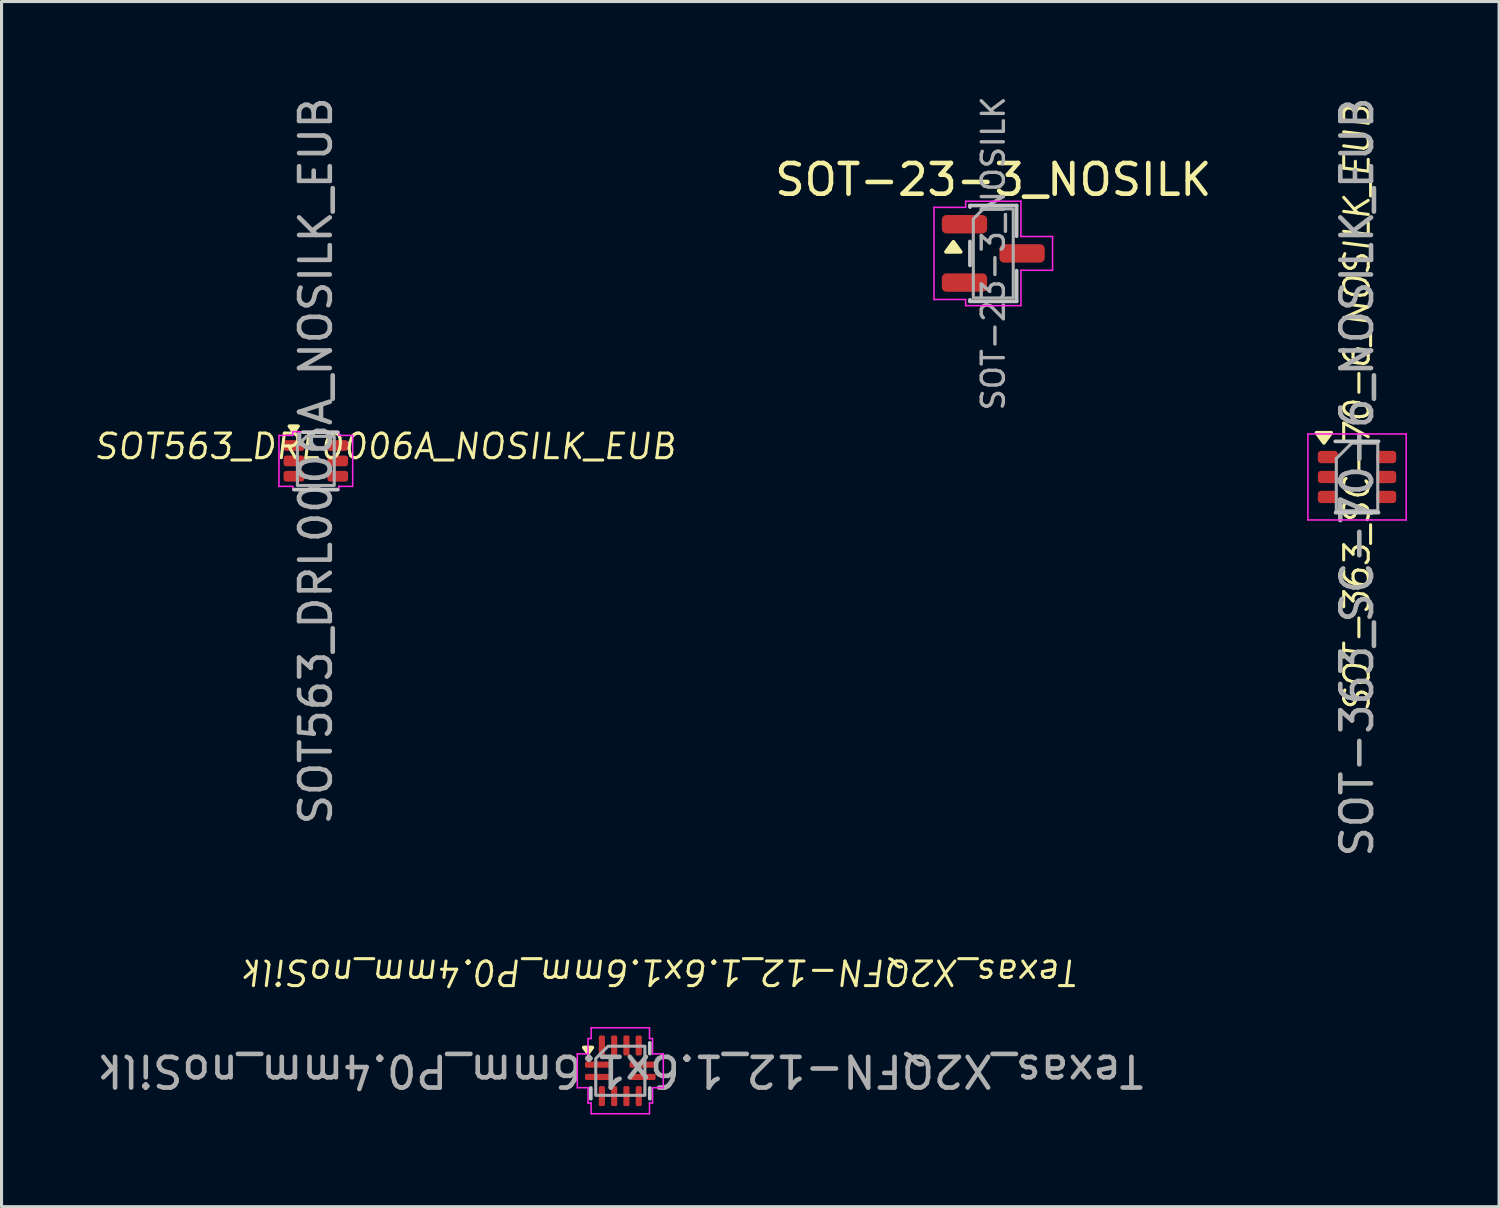
<source format=kicad_pcb>
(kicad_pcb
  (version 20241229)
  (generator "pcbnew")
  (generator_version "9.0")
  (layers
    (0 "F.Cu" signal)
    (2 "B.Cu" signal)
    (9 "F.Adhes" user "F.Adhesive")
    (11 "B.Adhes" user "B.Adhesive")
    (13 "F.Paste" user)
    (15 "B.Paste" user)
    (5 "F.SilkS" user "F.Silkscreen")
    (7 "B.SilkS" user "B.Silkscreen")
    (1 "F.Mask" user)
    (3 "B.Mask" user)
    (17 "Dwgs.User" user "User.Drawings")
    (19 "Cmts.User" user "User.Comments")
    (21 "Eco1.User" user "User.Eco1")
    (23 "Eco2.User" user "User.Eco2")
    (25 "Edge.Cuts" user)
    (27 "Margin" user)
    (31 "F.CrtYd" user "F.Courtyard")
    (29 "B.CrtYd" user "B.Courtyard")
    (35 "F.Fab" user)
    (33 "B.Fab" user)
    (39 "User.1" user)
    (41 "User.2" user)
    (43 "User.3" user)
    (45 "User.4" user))
  (footprint "SOT-363_SC-70-6_NOSILK_EUB"
    (layer "F.Cu")
    (at 41.139 12.482)
    (property "Reference" "SOT-363_SC-70-6_NOSILK_EUB" (at 0 -2.25 90) (unlocked yes) (layer "F.SilkS") (effects (font (size 0.8 0.8) (thickness 0.1) (italic yes))))
    (attr smd)
    (fp_poly (pts (xy -1.08 -1.11) (xy -1.32 -1.44) (xy -0.84 -1.44) (xy -1.08 -1.11)) (stroke (width 0.12) (type solid)) (fill yes) (layer "F.SilkS"))
    (fp_line (start -0.71 -1.16) (end 0.7 -1.16) (stroke (width 0.12) (type solid)) (layer "Dwgs.User"))
    (fp_line (start -0.7 1.16) (end 0.7 1.16) (stroke (width 0.12) (type solid)) (layer "Dwgs.User"))
    (fp_line (start -1.6 -1.4) (end -1.6 1.4) (stroke (width 0.05) (type solid)) (layer "F.CrtYd"))
    (fp_line (start -1.6 -1.4) (end 1.6 -1.4) (stroke (width 0.05) (type solid)) (layer "F.CrtYd"))
    (fp_line (start -1.6 1.4) (end 1.6 1.4) (stroke (width 0.05) (type solid)) (layer "F.CrtYd"))
    (fp_line (start 1.6 1.4) (end 1.6 -1.4) (stroke (width 0.05) (type solid)) (layer "F.CrtYd"))
    (fp_line (start -0.675 -0.6) (end -0.675 1.1) (stroke (width 0.1) (type solid)) (layer "F.Fab"))
    (fp_line (start -0.175 -1.1) (end -0.675 -0.6) (stroke (width 0.1) (type solid)) (layer "F.Fab"))
    (fp_line (start 0.675 -1.1) (end -0.175 -1.1) (stroke (width 0.1) (type solid)) (layer "F.Fab"))
    (fp_line (start 0.675 -1.1) (end 0.675 1.1) (stroke (width 0.1) (type solid)) (layer "F.Fab"))
    (fp_line (start 0.675 1.1) (end -0.675 1.1) (stroke (width 0.1) (type solid)) (layer "F.Fab"))
    (fp_text user "${REFERENCE}" (at 0 0 90) (unlocked yes) (layer "F.Fab") (effects (font (size 1 1) (thickness 0.15))))
    (pad "1" smd roundrect (at -0.95 -0.65) (size 0.65 0.4) (layers "F.Cu" "F.Mask" "F.Paste") (roundrect_rratio 0.25))
    (pad "2" smd roundrect (at -0.95 0) (size 0.65 0.4) (layers "F.Cu" "F.Mask" "F.Paste") (roundrect_rratio 0.25))
    (pad "3" smd roundrect (at -0.95 0.65) (size 0.65 0.4) (layers "F.Cu" "F.Mask" "F.Paste") (roundrect_rratio 0.25))
    (pad "4" smd roundrect (at 0.95 0.65) (size 0.65 0.4) (layers "F.Cu" "F.Mask" "F.Paste") (roundrect_rratio 0.25))
    (pad "5" smd roundrect (at 0.95 0) (size 0.65 0.4) (layers "F.Cu" "F.Mask" "F.Paste") (roundrect_rratio 0.25))
    (pad "6" smd roundrect (at 0.95 -0.65) (size 0.65 0.4) (layers "F.Cu" "F.Mask" "F.Paste") (roundrect_rratio 0.25)))
  (footprint "SOT563_DRL0006A_NOSILK_EUB"
    (layer "F.Cu")
    (at 7.234 11.958)
    (property "Reference" "SOT563_DRL0006A_NOSILK_EUB" (at 2.252 -0.47 0) (unlocked yes) (layer "F.SilkS") (effects (font (size 0.8 0.8) (thickness 0.1) (italic yes))))
    (attr smd)
    (fp_poly (pts (xy -0.72 -0.94) (xy -0.86 -1.13) (xy -0.58 -1.13)) (stroke (width 0.12) (type solid)) (fill yes) (layer "F.SilkS"))
    (fp_line (start -0.426 -0.935) (end 0.71 -0.935) (stroke (width 0.12) (type solid)) (layer "Dwgs.User"))
    (fp_line (start 0.71 0.935) (end -0.71 0.935) (stroke (width 0.12) (type solid)) (layer "Dwgs.User"))
    (fp_line (start -1.2 -0.83) (end -0.75 -0.83) (stroke (width 0.05) (type solid)) (layer "F.CrtYd"))
    (fp_line (start -1.2 0.83) (end -1.2 -0.83) (stroke (width 0.05) (type solid)) (layer "F.CrtYd"))
    (fp_line (start -0.75 -0.95) (end 0.75 -0.95) (stroke (width 0.05) (type solid)) (layer "F.CrtYd"))
    (fp_line (start -0.75 -0.83) (end -0.75 -0.95) (stroke (width 0.05) (type solid)) (layer "F.CrtYd"))
    (fp_line (start -0.75 0.83) (end -1.2 0.83) (stroke (width 0.05) (type solid)) (layer "F.CrtYd"))
    (fp_line (start -0.75 0.95) (end -0.75 0.83) (stroke (width 0.05) (type solid)) (layer "F.CrtYd"))
    (fp_line (start 0.75 -0.95) (end 0.75 -0.83) (stroke (width 0.05) (type solid)) (layer "F.CrtYd"))
    (fp_line (start 0.75 -0.83) (end 1.2 -0.83) (stroke (width 0.05) (type solid)) (layer "F.CrtYd"))
    (fp_line (start 0.75 0.83) (end 0.75 0.95) (stroke (width 0.05) (type solid)) (layer "F.CrtYd"))
    (fp_line (start 0.75 0.95) (end -0.75 0.95) (stroke (width 0.05) (type solid)) (layer "F.CrtYd"))
    (fp_line (start 1.2 -0.83) (end 1.2 0.83) (stroke (width 0.05) (type solid)) (layer "F.CrtYd"))
    (fp_line (start 1.2 0.83) (end 0.75 0.83) (stroke (width 0.05) (type solid)) (layer "F.CrtYd"))
    (fp_poly (pts (xy -0.6 -0.5) (xy -0.6 0.8) (xy 0.6 0.8) (xy 0.6 -0.8) (xy -0.3 -0.8)) (stroke (width 0.1) (type solid)) (fill no) (layer "F.Fab"))
    (fp_text user "${REFERENCE}" (at 0 0 90) (unlocked yes) (layer "F.Fab") (effects (font (size 1 1) (thickness 0.15))))
    (pad "1" smd roundrect (at -0.713 -0.5) (size 0.675 0.35) (layers "F.Cu" "F.Mask" "F.Paste") (roundrect_rratio 0.25))
    (pad "2" smd roundrect (at -0.713 0) (size 0.675 0.35) (layers "F.Cu" "F.Mask" "F.Paste") (roundrect_rratio 0.25))
    (pad "3" smd roundrect (at -0.713 0.5) (size 0.675 0.35) (layers "F.Cu" "F.Mask" "F.Paste") (roundrect_rratio 0.25))
    (pad "4" smd roundrect (at 0.713 0.5) (size 0.675 0.35) (layers "F.Cu" "F.Mask" "F.Paste") (roundrect_rratio 0.25))
    (pad "5" smd roundrect (at 0.713 0) (size 0.675 0.35) (layers "F.Cu" "F.Mask" "F.Paste") (roundrect_rratio 0.25))
    (pad "6" smd roundrect (at 0.713 -0.5) (size 0.675 0.35) (layers "F.Cu" "F.Mask" "F.Paste") (roundrect_rratio 0.25)))
  (footprint "SOT-23-3_NOSILK"
    (layer "F.Cu")
    (at 29.294 5.202)
    (property "Reference" "SOT-23-3_NOSILK" (at 0 -2.4 0) (layer "F.SilkS") (effects (font (size 1 1) (thickness 0.15))))
    (attr smd)
    (fp_poly (pts (xy -1.3 -0.38) (xy -1.06 -0.05) (xy -1.54 -0.05)) (stroke (width 0.12) (type solid)) (fill yes) (layer "F.SilkS"))
    (fp_line (start -0.76 -1.56) (end 0.76 -1.56) (stroke (width 0.12) (type solid)) (layer "Dwgs.User"))
    (fp_line (start -0.76 -1.51) (end -0.76 -1.56) (stroke (width 0.12) (type solid)) (layer "Dwgs.User"))
    (fp_line (start -0.76 0.39) (end -0.76 -0.39) (stroke (width 0.12) (type solid)) (layer "Dwgs.User"))
    (fp_line (start -0.76 1.56) (end -0.76 1.51) (stroke (width 0.12) (type solid)) (layer "Dwgs.User"))
    (fp_line (start 0.76 -1.56) (end 0.76 -0.56) (stroke (width 0.12) (type solid)) (layer "Dwgs.User"))
    (fp_line (start 0.76 0.56) (end 0.76 1.56) (stroke (width 0.12) (type solid)) (layer "Dwgs.User"))
    (fp_line (start 0.76 1.56) (end -0.76 1.56) (stroke (width 0.12) (type solid)) (layer "Dwgs.User"))
    (fp_line (start -1.93 -1.5) (end -0.9 -1.5) (stroke (width 0.05) (type solid)) (layer "F.CrtYd"))
    (fp_line (start -1.93 1.5) (end -1.93 -1.5) (stroke (width 0.05) (type solid)) (layer "F.CrtYd"))
    (fp_line (start -0.9 -1.7) (end 0.9 -1.7) (stroke (width 0.05) (type solid)) (layer "F.CrtYd"))
    (fp_line (start -0.9 -1.5) (end -0.9 -1.7) (stroke (width 0.05) (type solid)) (layer "F.CrtYd"))
    (fp_line (start -0.9 1.5) (end -1.93 1.5) (stroke (width 0.05) (type solid)) (layer "F.CrtYd"))
    (fp_line (start -0.9 1.7) (end -0.9 1.5) (stroke (width 0.05) (type solid)) (layer "F.CrtYd"))
    (fp_line (start 0.9 -1.7) (end 0.9 -0.55) (stroke (width 0.05) (type solid)) (layer "F.CrtYd"))
    (fp_line (start 0.9 -0.55) (end 1.93 -0.55) (stroke (width 0.05) (type solid)) (layer "F.CrtYd"))
    (fp_line (start 0.9 0.55) (end 0.9 1.7) (stroke (width 0.05) (type solid)) (layer "F.CrtYd"))
    (fp_line (start 0.9 1.7) (end -0.9 1.7) (stroke (width 0.05) (type solid)) (layer "F.CrtYd"))
    (fp_line (start 1.93 -0.55) (end 1.93 0.55) (stroke (width 0.05) (type solid)) (layer "F.CrtYd"))
    (fp_line (start 1.93 0.55) (end 0.9 0.55) (stroke (width 0.05) (type solid)) (layer "F.CrtYd"))
    (fp_poly (pts (xy -0.65 -1.125) (xy -0.65 1.45) (xy 0.65 1.45) (xy 0.65 -1.45) (xy -0.325 -1.45)) (stroke (width 0.1) (type solid)) (fill no) (layer "F.Fab"))
    (fp_text user "${REFERENCE}" (at 0 0 90) (layer "F.Fab") (effects (font (size 0.72 0.72) (thickness 0.11))))
    (pad "1" smd roundrect (at -0.938 -0.95) (size 1.475 0.6) (layers "F.Cu" "F.Mask" "F.Paste") (roundrect_rratio 0.25))
    (pad "2" smd roundrect (at -0.938 0.95) (size 1.475 0.6) (layers "F.Cu" "F.Mask" "F.Paste") (roundrect_rratio 0.25))
    (pad "3" smd roundrect (at 0.938 0) (size 1.475 0.6) (layers "F.Cu" "F.Mask" "F.Paste") (roundrect_rratio 0.25)))
  (footprint "Texas_X2QFN-12_1.6x1.6mm_P0.4mm_noSilk"
    (layer "F.Cu")
    (at 17.149 31.818)
    (property "Reference" "Texas_X2QFN-12_1.6x1.6mm_P0.4mm_noSilk" (at 1.31 -3.21 180) (unlocked yes) (layer "F.SilkS") (effects (font (size 0.8 0.8) (thickness 0.1) (italic yes))))
    (attr smd)
    (fp_poly (pts (xy -1.05 -0.57) (xy -1.19 -0.76) (xy -0.91 -0.76)) (stroke (width 0.12) (type solid)) (fill yes) (layer "F.SilkS"))
    (fp_line (start -0.96 0.91) (end -0.96 0.56) (stroke (width 0.12) (type solid)) (layer "Dwgs.User"))
    (fp_line (start 0.96 -0.91) (end 0.96 -0.56) (stroke (width 0.12) (type solid)) (layer "Dwgs.User"))
    (fp_line (start 0.96 0.56) (end 0.96 0.91) (stroke (width 0.12) (type solid)) (layer "Dwgs.User"))
    (fp_line (start -1.4 -0.55) (end -1.05 -0.55) (stroke (width 0.05) (type solid)) (layer "F.CrtYd"))
    (fp_line (start -1.4 0.55) (end -1.4 -0.55) (stroke (width 0.05) (type solid)) (layer "F.CrtYd"))
    (fp_line (start -1.05 -1.05) (end -0.95 -1.05) (stroke (width 0.05) (type solid)) (layer "F.CrtYd"))
    (fp_line (start -1.05 -0.55) (end -1.05 -1.05) (stroke (width 0.05) (type solid)) (layer "F.CrtYd"))
    (fp_line (start -1.05 0.55) (end -1.4 0.55) (stroke (width 0.05) (type solid)) (layer "F.CrtYd"))
    (fp_line (start -1.05 1.05) (end -1.05 0.55) (stroke (width 0.05) (type solid)) (layer "F.CrtYd"))
    (fp_line (start -0.95 -1.4) (end 0.95 -1.4) (stroke (width 0.05) (type solid)) (layer "F.CrtYd"))
    (fp_line (start -0.95 -1.05) (end -0.95 -1.4) (stroke (width 0.05) (type solid)) (layer "F.CrtYd"))
    (fp_line (start -0.95 1.05) (end -1.05 1.05) (stroke (width 0.05) (type solid)) (layer "F.CrtYd"))
    (fp_line (start -0.95 1.4) (end -0.95 1.05) (stroke (width 0.05) (type solid)) (layer "F.CrtYd"))
    (fp_line (start 0.95 -1.4) (end 0.95 -1.05) (stroke (width 0.05) (type solid)) (layer "F.CrtYd"))
    (fp_line (start 0.95 -1.05) (end 1.05 -1.05) (stroke (width 0.05) (type solid)) (layer "F.CrtYd"))
    (fp_line (start 0.95 1.05) (end 0.95 1.4) (stroke (width 0.05) (type solid)) (layer "F.CrtYd"))
    (fp_line (start 0.95 1.4) (end -0.95 1.4) (stroke (width 0.05) (type solid)) (layer "F.CrtYd"))
    (fp_line (start 1.05 -1.05) (end 1.05 -0.55) (stroke (width 0.05) (type solid)) (layer "F.CrtYd"))
    (fp_line (start 1.05 -0.55) (end 1.4 -0.55) (stroke (width 0.05) (type solid)) (layer "F.CrtYd"))
    (fp_line (start 1.05 0.55) (end 1.05 1.05) (stroke (width 0.05) (type solid)) (layer "F.CrtYd"))
    (fp_line (start 1.05 1.05) (end 0.95 1.05) (stroke (width 0.05) (type solid)) (layer "F.CrtYd"))
    (fp_line (start 1.4 -0.55) (end 1.4 0.55) (stroke (width 0.05) (type solid)) (layer "F.CrtYd"))
    (fp_line (start 1.4 0.55) (end 1.05 0.55) (stroke (width 0.05) (type solid)) (layer "F.CrtYd"))
    (fp_poly (pts (xy -0.8 -0.4) (xy -0.8 0.8) (xy 0.8 0.8) (xy 0.8 -0.8) (xy -0.4 -0.8)) (stroke (width 0.1) (type solid)) (fill no) (layer "F.Fab"))
    (fp_text user "${REFERENCE}" (at 0 0 180) (unlocked yes) (layer "F.Fab") (effects (font (size 1 1) (thickness 0.15))))
    (pad "1" smd roundrect (at -0.725 -0.2) (size 0.85 0.2) (layers "F.Cu" "F.Mask" "F.Paste") (roundrect_rratio 0.25))
    (pad "2" smd roundrect (at -0.725 0.2) (size 0.85 0.2) (layers "F.Cu" "F.Mask" "F.Paste") (roundrect_rratio 0.25))
    (pad "3" smd roundrect (at -0.6 0.825) (size 0.2 0.65) (layers "F.Cu" "F.Mask" "F.Paste") (roundrect_rratio 0.25))
    (pad "4" smd roundrect (at -0.2 0.825) (size 0.2 0.65) (layers "F.Cu" "F.Mask" "F.Paste") (roundrect_rratio 0.25))
    (pad "5" smd roundrect (at 0.2 0.825) (size 0.2 0.65) (layers "F.Cu" "F.Mask" "F.Paste") (roundrect_rratio 0.25))
    (pad "6" smd roundrect (at 0.6 0.825) (size 0.2 0.65) (layers "F.Cu" "F.Mask" "F.Paste") (roundrect_rratio 0.25))
    (pad "7" smd roundrect (at 0.725 0.2) (size 0.85 0.2) (layers "F.Cu" "F.Mask" "F.Paste") (roundrect_rratio 0.25))
    (pad "8" smd roundrect (at 0.725 -0.2) (size 0.85 0.2) (layers "F.Cu" "F.Mask" "F.Paste") (roundrect_rratio 0.25))
    (pad "9" smd roundrect (at 0.6 -0.825) (size 0.2 0.65) (layers "F.Cu" "F.Mask" "F.Paste") (roundrect_rratio 0.25))
    (pad "10" smd roundrect (at 0.2 -0.825) (size 0.2 0.65) (layers "F.Cu" "F.Mask" "F.Paste") (roundrect_rratio 0.25))
    (pad "11" smd roundrect (at -0.2 -0.825) (size 0.2 0.65) (layers "F.Cu" "F.Mask" "F.Paste") (roundrect_rratio 0.25))
    (pad "12" smd roundrect (at -0.6 -0.825) (size 0.2 0.65) (layers "F.Cu" "F.Mask" "F.Paste") (roundrect_rratio 0.25)))
  (gr_rect
    (start -3 -3)
    (end 45.764 36.243)
    (stroke (width 0.1) (type default))
    (fill no)
    (layer "Edge.Cuts")))
</source>
